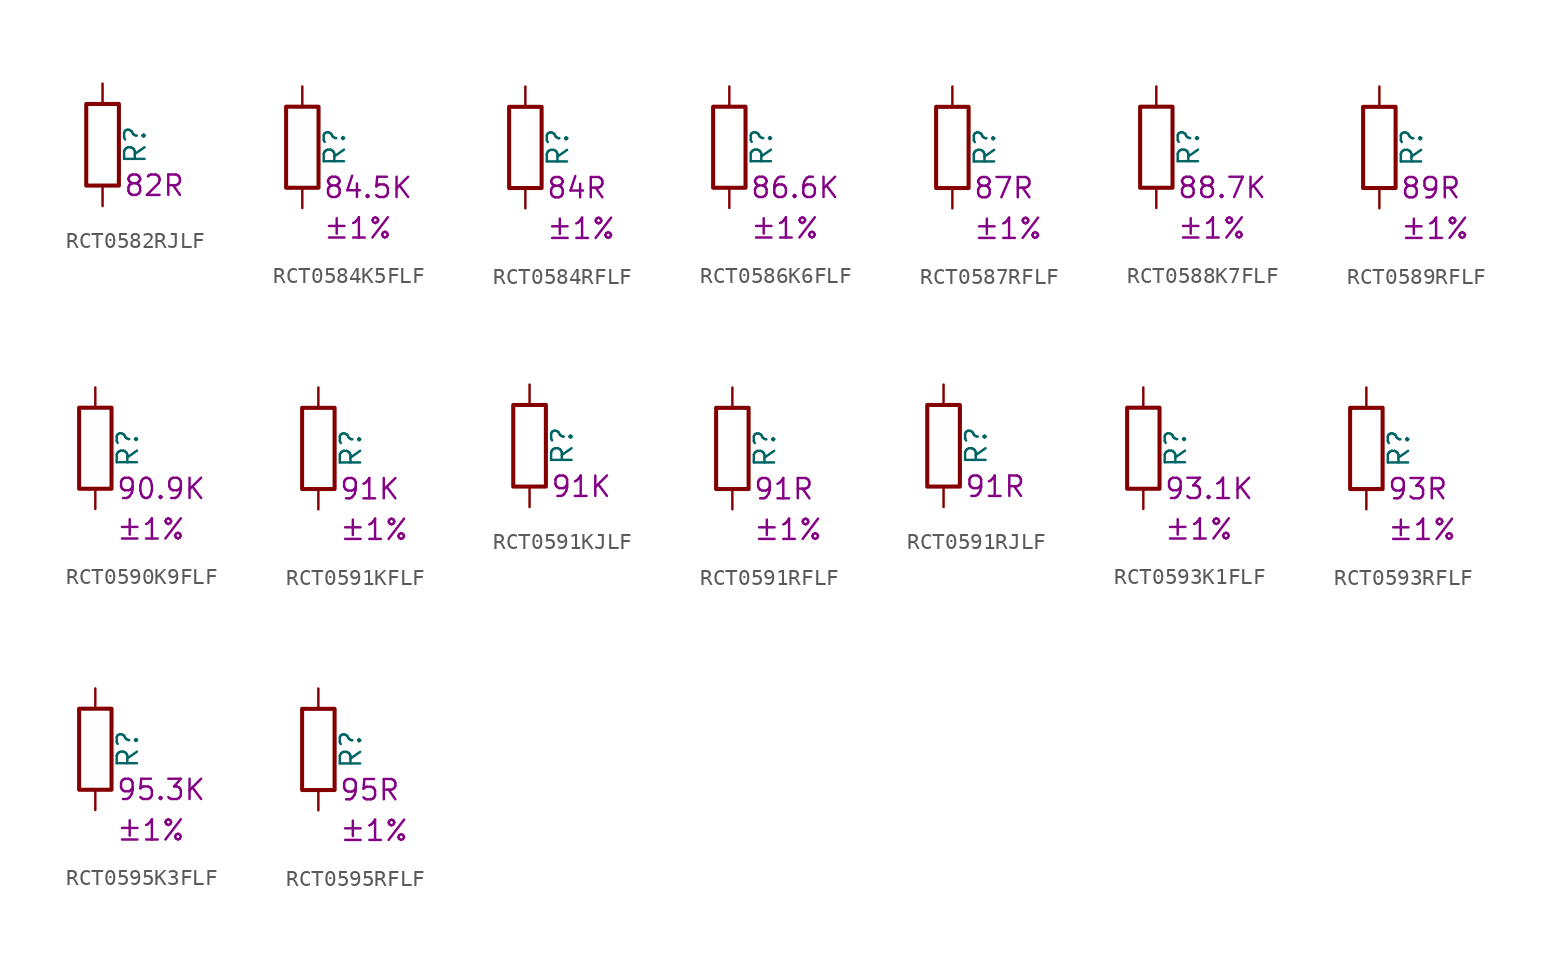
<source format=kicad_sym>
(kicad_symbol_lib
  (version 20220914)
  (generator kicad_symbol_editor)
  (symbol "RCT0582RJLF"
    (pin_numbers hide)
    (pin_names
      (offset 0))
    (property "Reference" "R"
      (at 2.032 0 90)
      (effects (font (size 1.27 1.27))))
    (property "Resistance" "82R"
      (at 1.27 -2.54 0)
      (effects (font (size 1.27 1.27)) (justify left)))
    (symbol "RCT0582RJLF_0_1"
      (rectangle (start -1.016 -2.54) (end 1.016 2.54) (stroke (width 0.254) (type default)) (fill (type none))))
    (symbol "RCT0582RJLF_1_1"
      (pin passive line (at 0 3.81 270) (length 1.27) (name "~" (effects (font (size 1.27 1.27)))) (number "1" (effects (font (size 1.27 1.27)))))
      (pin passive line (at 0 -3.81 90) (length 1.27) (name "~" (effects (font (size 1.27 1.27)))) (number "2" (effects (font (size 1.27 1.27)))))))
  (symbol "RCT0584K5FLF"
    (pin_numbers hide)
    (pin_names
      (offset 0))
    (property "Reference" "R"
      (at 2.032 0 90)
      (effects (font (size 1.27 1.27))))
    (property "Resistance" "84.5K"
      (at 1.27 -2.54 0)
      (effects (font (size 1.27 1.27)) (justify left)))
    (property "Tolerance" "±1%"
      (at 1.27 -5.08 0)
      (effects (font (size 1.27 1.27)) (justify left)))
    (symbol "RCT0584K5FLF_0_1"
      (rectangle (start -1.016 -2.54) (end 1.016 2.54) (stroke (width 0.254) (type default)) (fill (type none))))
    (symbol "RCT0584K5FLF_1_1"
      (pin passive line (at 0 3.81 270) (length 1.27) (name "~" (effects (font (size 1.27 1.27)))) (number "1" (effects (font (size 1.27 1.27)))))
      (pin passive line (at 0 -3.81 90) (length 1.27) (name "~" (effects (font (size 1.27 1.27)))) (number "2" (effects (font (size 1.27 1.27)))))))
  (symbol "RCT0584RFLF"
    (pin_numbers hide)
    (pin_names
      (offset 0))
    (property "Reference" "R"
      (at 2.032 0 90)
      (effects (font (size 1.27 1.27))))
    (property "Resistance" "84R"
      (at 1.27 -2.54 0)
      (effects (font (size 1.27 1.27)) (justify left)))
    (property "Tolerance" "±1%"
      (at 1.27 -5.08 0)
      (effects (font (size 1.27 1.27)) (justify left)))
    (symbol "RCT0584RFLF_0_1"
      (rectangle (start -1.016 -2.54) (end 1.016 2.54) (stroke (width 0.254) (type default)) (fill (type none))))
    (symbol "RCT0584RFLF_1_1"
      (pin passive line (at 0 3.81 270) (length 1.27) (name "~" (effects (font (size 1.27 1.27)))) (number "1" (effects (font (size 1.27 1.27)))))
      (pin passive line (at 0 -3.81 90) (length 1.27) (name "~" (effects (font (size 1.27 1.27)))) (number "2" (effects (font (size 1.27 1.27)))))))
  (symbol "RCT0586K6FLF"
    (pin_numbers hide)
    (pin_names
      (offset 0))
    (property "Reference" "R"
      (at 2.032 0 90)
      (effects (font (size 1.27 1.27))))
    (property "Resistance" "86.6K"
      (at 1.27 -2.54 0)
      (effects (font (size 1.27 1.27)) (justify left)))
    (property "Tolerance" "±1%"
      (at 1.27 -5.08 0)
      (effects (font (size 1.27 1.27)) (justify left)))
    (symbol "RCT0586K6FLF_0_1"
      (rectangle (start -1.016 -2.54) (end 1.016 2.54) (stroke (width 0.254) (type default)) (fill (type none))))
    (symbol "RCT0586K6FLF_1_1"
      (pin passive line (at 0 3.81 270) (length 1.27) (name "~" (effects (font (size 1.27 1.27)))) (number "1" (effects (font (size 1.27 1.27)))))
      (pin passive line (at 0 -3.81 90) (length 1.27) (name "~" (effects (font (size 1.27 1.27)))) (number "2" (effects (font (size 1.27 1.27)))))))
  (symbol "RCT0587RFLF"
    (pin_numbers hide)
    (pin_names
      (offset 0))
    (property "Reference" "R"
      (at 2.032 0 90)
      (effects (font (size 1.27 1.27))))
    (property "Resistance" "87R"
      (at 1.27 -2.54 0)
      (effects (font (size 1.27 1.27)) (justify left)))
    (property "Tolerance" "±1%"
      (at 1.27 -5.08 0)
      (effects (font (size 1.27 1.27)) (justify left)))
    (symbol "RCT0587RFLF_0_1"
      (rectangle (start -1.016 -2.54) (end 1.016 2.54) (stroke (width 0.254) (type default)) (fill (type none))))
    (symbol "RCT0587RFLF_1_1"
      (pin passive line (at 0 3.81 270) (length 1.27) (name "~" (effects (font (size 1.27 1.27)))) (number "1" (effects (font (size 1.27 1.27)))))
      (pin passive line (at 0 -3.81 90) (length 1.27) (name "~" (effects (font (size 1.27 1.27)))) (number "2" (effects (font (size 1.27 1.27)))))))
  (symbol "RCT0588K7FLF"
    (pin_numbers hide)
    (pin_names
      (offset 0))
    (property "Reference" "R"
      (at 2.032 0 90)
      (effects (font (size 1.27 1.27))))
    (property "Resistance" "88.7K"
      (at 1.27 -2.54 0)
      (effects (font (size 1.27 1.27)) (justify left)))
    (property "Tolerance" "±1%"
      (at 1.27 -5.08 0)
      (effects (font (size 1.27 1.27)) (justify left)))
    (symbol "RCT0588K7FLF_0_1"
      (rectangle (start -1.016 -2.54) (end 1.016 2.54) (stroke (width 0.254) (type default)) (fill (type none))))
    (symbol "RCT0588K7FLF_1_1"
      (pin passive line (at 0 3.81 270) (length 1.27) (name "~" (effects (font (size 1.27 1.27)))) (number "1" (effects (font (size 1.27 1.27)))))
      (pin passive line (at 0 -3.81 90) (length 1.27) (name "~" (effects (font (size 1.27 1.27)))) (number "2" (effects (font (size 1.27 1.27)))))))
  (symbol "RCT0589RFLF"
    (pin_numbers hide)
    (pin_names
      (offset 0))
    (property "Reference" "R"
      (at 2.032 0 90)
      (effects (font (size 1.27 1.27))))
    (property "Resistance" "89R"
      (at 1.27 -2.54 0)
      (effects (font (size 1.27 1.27)) (justify left)))
    (property "Tolerance" "±1%"
      (at 1.27 -5.08 0)
      (effects (font (size 1.27 1.27)) (justify left)))
    (symbol "RCT0589RFLF_0_1"
      (rectangle (start -1.016 -2.54) (end 1.016 2.54) (stroke (width 0.254) (type default)) (fill (type none))))
    (symbol "RCT0589RFLF_1_1"
      (pin passive line (at 0 3.81 270) (length 1.27) (name "~" (effects (font (size 1.27 1.27)))) (number "1" (effects (font (size 1.27 1.27)))))
      (pin passive line (at 0 -3.81 90) (length 1.27) (name "~" (effects (font (size 1.27 1.27)))) (number "2" (effects (font (size 1.27 1.27)))))))
  (symbol "RCT0590K9FLF"
    (pin_numbers hide)
    (pin_names
      (offset 0))
    (property "Reference" "R"
      (at 2.032 0 90)
      (effects (font (size 1.27 1.27))))
    (property "Resistance" "90.9K"
      (at 1.27 -2.54 0)
      (effects (font (size 1.27 1.27)) (justify left)))
    (property "Tolerance" "±1%"
      (at 1.27 -5.08 0)
      (effects (font (size 1.27 1.27)) (justify left)))
    (symbol "RCT0590K9FLF_0_1"
      (rectangle (start -1.016 -2.54) (end 1.016 2.54) (stroke (width 0.254) (type default)) (fill (type none))))
    (symbol "RCT0590K9FLF_1_1"
      (pin passive line (at 0 3.81 270) (length 1.27) (name "~" (effects (font (size 1.27 1.27)))) (number "1" (effects (font (size 1.27 1.27)))))
      (pin passive line (at 0 -3.81 90) (length 1.27) (name "~" (effects (font (size 1.27 1.27)))) (number "2" (effects (font (size 1.27 1.27)))))))
  (symbol "RCT0591KFLF"
    (pin_numbers hide)
    (pin_names
      (offset 0))
    (property "Reference" "R"
      (at 2.032 0 90)
      (effects (font (size 1.27 1.27))))
    (property "Resistance" "91K"
      (at 1.27 -2.54 0)
      (effects (font (size 1.27 1.27)) (justify left)))
    (property "Tolerance" "±1%"
      (at 1.27 -5.08 0)
      (effects (font (size 1.27 1.27)) (justify left)))
    (symbol "RCT0591KFLF_0_1"
      (rectangle (start -1.016 -2.54) (end 1.016 2.54) (stroke (width 0.254) (type default)) (fill (type none))))
    (symbol "RCT0591KFLF_1_1"
      (pin passive line (at 0 3.81 270) (length 1.27) (name "~" (effects (font (size 1.27 1.27)))) (number "1" (effects (font (size 1.27 1.27)))))
      (pin passive line (at 0 -3.81 90) (length 1.27) (name "~" (effects (font (size 1.27 1.27)))) (number "2" (effects (font (size 1.27 1.27)))))))
  (symbol "RCT0591KJLF"
    (pin_numbers hide)
    (pin_names
      (offset 0))
    (property "Reference" "R"
      (at 2.032 0 90)
      (effects (font (size 1.27 1.27))))
    (property "Resistance" "91K"
      (at 1.27 -2.54 0)
      (effects (font (size 1.27 1.27)) (justify left)))
    (symbol "RCT0591KJLF_0_1"
      (rectangle (start -1.016 -2.54) (end 1.016 2.54) (stroke (width 0.254) (type default)) (fill (type none))))
    (symbol "RCT0591KJLF_1_1"
      (pin passive line (at 0 3.81 270) (length 1.27) (name "~" (effects (font (size 1.27 1.27)))) (number "1" (effects (font (size 1.27 1.27)))))
      (pin passive line (at 0 -3.81 90) (length 1.27) (name "~" (effects (font (size 1.27 1.27)))) (number "2" (effects (font (size 1.27 1.27)))))))
  (symbol "RCT0591RFLF"
    (pin_numbers hide)
    (pin_names
      (offset 0))
    (property "Reference" "R"
      (at 2.032 0 90)
      (effects (font (size 1.27 1.27))))
    (property "Resistance" "91R"
      (at 1.27 -2.54 0)
      (effects (font (size 1.27 1.27)) (justify left)))
    (property "Tolerance" "±1%"
      (at 1.27 -5.08 0)
      (effects (font (size 1.27 1.27)) (justify left)))
    (symbol "RCT0591RFLF_0_1"
      (rectangle (start -1.016 -2.54) (end 1.016 2.54) (stroke (width 0.254) (type default)) (fill (type none))))
    (symbol "RCT0591RFLF_1_1"
      (pin passive line (at 0 3.81 270) (length 1.27) (name "~" (effects (font (size 1.27 1.27)))) (number "1" (effects (font (size 1.27 1.27)))))
      (pin passive line (at 0 -3.81 90) (length 1.27) (name "~" (effects (font (size 1.27 1.27)))) (number "2" (effects (font (size 1.27 1.27)))))))
  (symbol "RCT0591RJLF"
    (pin_numbers hide)
    (pin_names
      (offset 0))
    (property "Reference" "R"
      (at 2.032 0 90)
      (effects (font (size 1.27 1.27))))
    (property "Resistance" "91R"
      (at 1.27 -2.54 0)
      (effects (font (size 1.27 1.27)) (justify left)))
    (symbol "RCT0591RJLF_0_1"
      (rectangle (start -1.016 -2.54) (end 1.016 2.54) (stroke (width 0.254) (type default)) (fill (type none))))
    (symbol "RCT0591RJLF_1_1"
      (pin passive line (at 0 3.81 270) (length 1.27) (name "~" (effects (font (size 1.27 1.27)))) (number "1" (effects (font (size 1.27 1.27)))))
      (pin passive line (at 0 -3.81 90) (length 1.27) (name "~" (effects (font (size 1.27 1.27)))) (number "2" (effects (font (size 1.27 1.27)))))))
  (symbol "RCT0593K1FLF"
    (pin_numbers hide)
    (pin_names
      (offset 0))
    (property "Reference" "R"
      (at 2.032 0 90)
      (effects (font (size 1.27 1.27))))
    (property "Resistance" "93.1K"
      (at 1.27 -2.54 0)
      (effects (font (size 1.27 1.27)) (justify left)))
    (property "Tolerance" "±1%"
      (at 1.27 -5.08 0)
      (effects (font (size 1.27 1.27)) (justify left)))
    (symbol "RCT0593K1FLF_0_1"
      (rectangle (start -1.016 -2.54) (end 1.016 2.54) (stroke (width 0.254) (type default)) (fill (type none))))
    (symbol "RCT0593K1FLF_1_1"
      (pin passive line (at 0 3.81 270) (length 1.27) (name "~" (effects (font (size 1.27 1.27)))) (number "1" (effects (font (size 1.27 1.27)))))
      (pin passive line (at 0 -3.81 90) (length 1.27) (name "~" (effects (font (size 1.27 1.27)))) (number "2" (effects (font (size 1.27 1.27)))))))
  (symbol "RCT0593RFLF"
    (pin_numbers hide)
    (pin_names
      (offset 0))
    (property "Reference" "R"
      (at 2.032 0 90)
      (effects (font (size 1.27 1.27))))
    (property "Resistance" "93R"
      (at 1.27 -2.54 0)
      (effects (font (size 1.27 1.27)) (justify left)))
    (property "Tolerance" "±1%"
      (at 1.27 -5.08 0)
      (effects (font (size 1.27 1.27)) (justify left)))
    (symbol "RCT0593RFLF_0_1"
      (rectangle (start -1.016 -2.54) (end 1.016 2.54) (stroke (width 0.254) (type default)) (fill (type none))))
    (symbol "RCT0593RFLF_1_1"
      (pin passive line (at 0 3.81 270) (length 1.27) (name "~" (effects (font (size 1.27 1.27)))) (number "1" (effects (font (size 1.27 1.27)))))
      (pin passive line (at 0 -3.81 90) (length 1.27) (name "~" (effects (font (size 1.27 1.27)))) (number "2" (effects (font (size 1.27 1.27)))))))
  (symbol "RCT0595K3FLF"
    (pin_numbers hide)
    (pin_names
      (offset 0))
    (property "Reference" "R"
      (at 2.032 0 90)
      (effects (font (size 1.27 1.27))))
    (property "Resistance" "95.3K"
      (at 1.27 -2.54 0)
      (effects (font (size 1.27 1.27)) (justify left)))
    (property "Tolerance" "±1%"
      (at 1.27 -5.08 0)
      (effects (font (size 1.27 1.27)) (justify left)))
    (symbol "RCT0595K3FLF_0_1"
      (rectangle (start -1.016 -2.54) (end 1.016 2.54) (stroke (width 0.254) (type default)) (fill (type none))))
    (symbol "RCT0595K3FLF_1_1"
      (pin passive line (at 0 3.81 270) (length 1.27) (name "~" (effects (font (size 1.27 1.27)))) (number "1" (effects (font (size 1.27 1.27)))))
      (pin passive line (at 0 -3.81 90) (length 1.27) (name "~" (effects (font (size 1.27 1.27)))) (number "2" (effects (font (size 1.27 1.27)))))))
  (symbol "RCT0595RFLF"
    (pin_numbers hide)
    (pin_names
      (offset 0))
    (property "Reference" "R"
      (at 2.032 0 90)
      (effects (font (size 1.27 1.27))))
    (property "Resistance" "95R"
      (at 1.27 -2.54 0)
      (effects (font (size 1.27 1.27)) (justify left)))
    (property "Tolerance" "±1%"
      (at 1.27 -5.08 0)
      (effects (font (size 1.27 1.27)) (justify left)))
    (symbol "RCT0595RFLF_0_1"
      (rectangle (start -1.016 -2.54) (end 1.016 2.54) (stroke (width 0.254) (type default)) (fill (type none))))
    (symbol "RCT0595RFLF_1_1"
      (pin passive line (at 0 3.81 270) (length 1.27) (name "~" (effects (font (size 1.27 1.27)))) (number "1" (effects (font (size 1.27 1.27)))))
      (pin passive line (at 0 -3.81 90) (length 1.27) (name "~" (effects (font (size 1.27 1.27)))) (number "2" (effects (font (size 1.27 1.27))))))))
</source>
